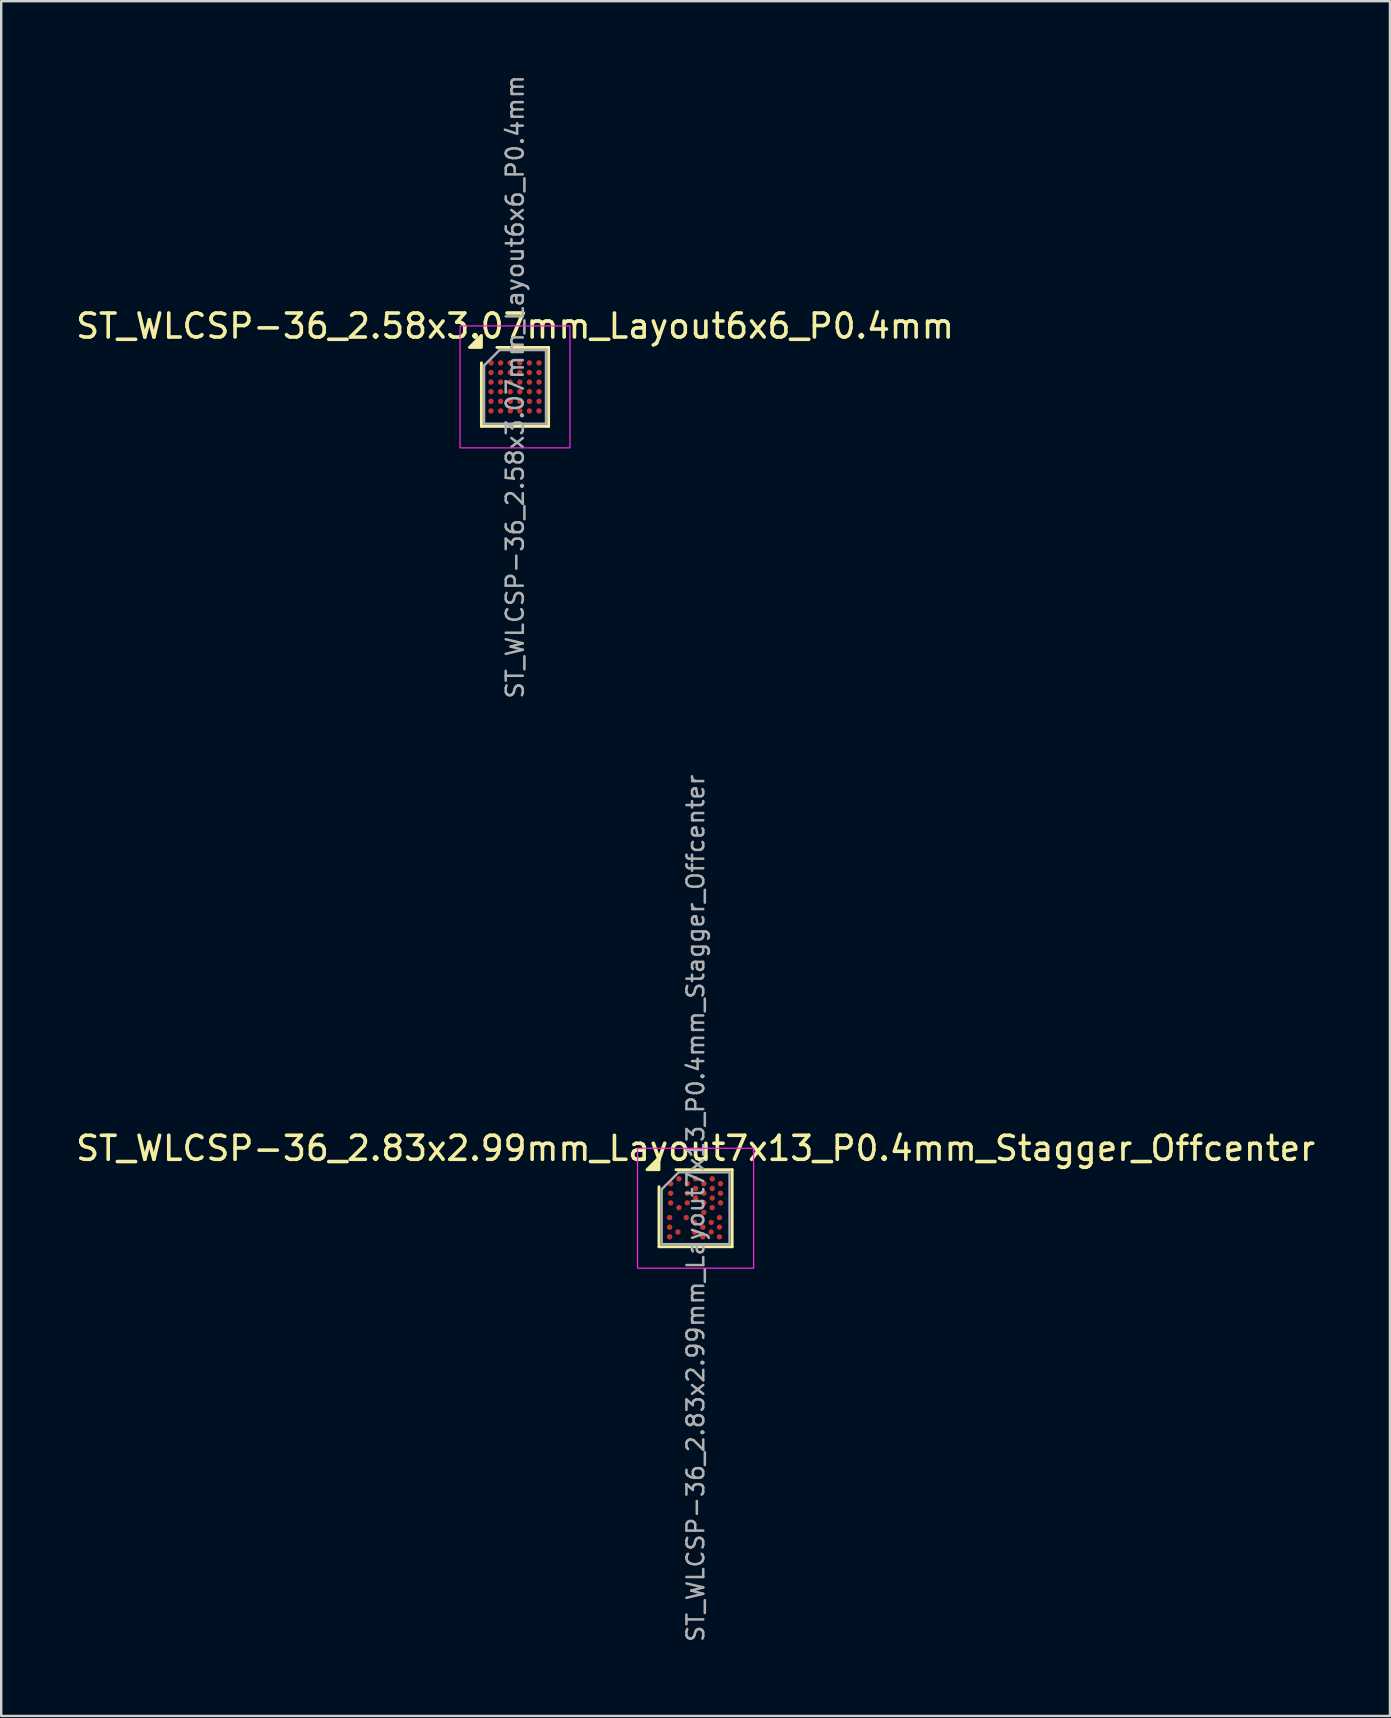
<source format=kicad_pcb>
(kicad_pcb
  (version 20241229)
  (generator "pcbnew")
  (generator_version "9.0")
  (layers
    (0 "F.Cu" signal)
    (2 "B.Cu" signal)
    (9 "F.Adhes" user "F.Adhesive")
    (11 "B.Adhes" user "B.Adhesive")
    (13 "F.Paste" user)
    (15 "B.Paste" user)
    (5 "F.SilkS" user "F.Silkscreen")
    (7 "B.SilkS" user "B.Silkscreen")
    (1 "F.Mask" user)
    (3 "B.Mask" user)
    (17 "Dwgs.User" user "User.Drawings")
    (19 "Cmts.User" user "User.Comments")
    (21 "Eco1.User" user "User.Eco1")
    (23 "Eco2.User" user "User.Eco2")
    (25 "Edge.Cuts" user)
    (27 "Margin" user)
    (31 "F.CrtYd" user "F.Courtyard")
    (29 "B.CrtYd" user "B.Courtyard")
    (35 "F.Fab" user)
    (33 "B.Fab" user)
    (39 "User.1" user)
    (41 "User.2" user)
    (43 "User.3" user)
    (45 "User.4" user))
  (footprint "ST_WLCSP-36_2.83x2.99mm_Layout7x13_P0.4mm_Stagger_Offcenter"
    (layer "F.Cu")
    (at 25.935 47.297)
    (property "Reference" "ST_WLCSP-36_2.83x2.99mm_Layout7x13_P0.4mm_Stagger_Offcenter" (at 0 -2.495 0) (layer "F.SilkS") (effects (font (size 1 1) (thickness 0.15))))
    (attr smd)
    (fp_line (start -1.525 1.605) (end -1.525 -0.897) (stroke (width 0.12) (type solid)) (layer "F.SilkS"))
    (fp_line (start -0.818 -1.605) (end 1.525 -1.605) (stroke (width 0.12) (type solid)) (layer "F.SilkS"))
    (fp_line (start 1.525 -1.605) (end 1.525 1.605) (stroke (width 0.12) (type solid)) (layer "F.SilkS"))
    (fp_line (start 1.525 1.605) (end -1.525 1.605) (stroke (width 0.12) (type solid)) (layer "F.SilkS"))
    (fp_poly (pts (xy -1.525 -1.605) (xy -2.025 -1.605) (xy -1.525 -2.105)) (stroke (width 0.12) (type solid)) (fill yes) (layer "F.SilkS"))
    (fp_rect (start -2.42 -2.5) (end 2.42 2.5) (stroke (width 0.05) (type solid)) (fill no) (layer "F.CrtYd"))
    (fp_line (start -1.415 -0.787) (end -0.708 -1.495) (stroke (width 0.1) (type solid)) (layer "F.Fab"))
    (fp_line (start -1.415 1.495) (end -1.415 -0.787) (stroke (width 0.1) (type solid)) (layer "F.Fab"))
    (fp_line (start -0.708 -1.495) (end 1.415 -1.495) (stroke (width 0.1) (type solid)) (layer "F.Fab"))
    (fp_line (start 1.415 -1.495) (end 1.415 1.495) (stroke (width 0.1) (type solid)) (layer "F.Fab"))
    (fp_line (start 1.415 1.495) (end -1.415 1.495) (stroke (width 0.1) (type solid)) (layer "F.Fab"))
    (fp_text user "${REFERENCE}" (at 0 0 270) (layer "F.Fab") (effects (font (size 0.7 0.7) (thickness 0.105))))
    (pad "A2" smd circle (at -0.693 -1.225) (size 0.225 0.225) (property pad_prop_bga) (layers "F.Cu" "F.Mask" "F.Paste"))
    (pad "A4" smd circle (at 0 -1.225) (size 0.225 0.225) (property pad_prop_bga) (layers "F.Cu" "F.Mask" "F.Paste"))
    (pad "A6" smd circle (at 0.693 -1.225) (size 0.225 0.225) (property pad_prop_bga) (layers "F.Cu" "F.Mask" "F.Paste"))
    (pad "B1" smd circle (at -1.039 -1.025) (size 0.225 0.225) (property pad_prop_bga) (layers "F.Cu" "F.Mask" "F.Paste"))
    (pad "B3" smd circle (at -0.346 -1.025) (size 0.225 0.225) (property pad_prop_bga) (layers "F.Cu" "F.Mask" "F.Paste"))
    (pad "B5" smd circle (at 0.346 -1.025) (size 0.225 0.225) (property pad_prop_bga) (layers "F.Cu" "F.Mask" "F.Paste"))
    (pad "B7" smd circle (at 1.039 -1.025) (size 0.225 0.225) (property pad_prop_bga) (layers "F.Cu" "F.Mask" "F.Paste"))
    (pad "C4" smd circle (at 0 -0.825) (size 0.225 0.225) (property pad_prop_bga) (layers "F.Cu" "F.Mask" "F.Paste"))
    (pad "C6" smd circle (at 0.693 -0.825) (size 0.225 0.225) (property pad_prop_bga) (layers "F.Cu" "F.Mask" "F.Paste"))
    (pad "D1" smd circle (at -1.039 -0.625) (size 0.225 0.225) (property pad_prop_bga) (layers "F.Cu" "F.Mask" "F.Paste"))
    (pad "D3" smd circle (at -0.346 -0.625) (size 0.225 0.225) (property pad_prop_bga) (layers "F.Cu" "F.Mask" "F.Paste"))
    (pad "D5" smd circle (at 0.346 -0.625) (size 0.225 0.225) (property pad_prop_bga) (layers "F.Cu" "F.Mask" "F.Paste"))
    (pad "D7" smd circle (at 1.039 -0.625) (size 0.225 0.225) (property pad_prop_bga) (layers "F.Cu" "F.Mask" "F.Paste"))
    (pad "E4" smd circle (at 0 -0.425) (size 0.225 0.225) (property pad_prop_bga) (layers "F.Cu" "F.Mask" "F.Paste"))
    (pad "E6" smd circle (at 0.693 -0.425) (size 0.225 0.225) (property pad_prop_bga) (layers "F.Cu" "F.Mask" "F.Paste"))
    (pad "F1" smd circle (at -1.039 -0.225) (size 0.225 0.225) (property pad_prop_bga) (layers "F.Cu" "F.Mask" "F.Paste"))
    (pad "F3" smd circle (at -0.346 -0.225) (size 0.225 0.225) (property pad_prop_bga) (layers "F.Cu" "F.Mask" "F.Paste"))
    (pad "F5" smd circle (at 0.346 -0.225) (size 0.225 0.225) (property pad_prop_bga) (layers "F.Cu" "F.Mask" "F.Paste"))
    (pad "F7" smd circle (at 1.039 -0.225) (size 0.225 0.225) (property pad_prop_bga) (layers "F.Cu" "F.Mask" "F.Paste"))
    (pad "G2" smd circle (at -0.693 -0.025) (size 0.225 0.225) (property pad_prop_bga) (layers "F.Cu" "F.Mask" "F.Paste"))
    (pad "G6" smd circle (at 0.693 -0.025) (size 0.225 0.225) (property pad_prop_bga) (layers "F.Cu" "F.Mask" "F.Paste"))
    (pad "H5" smd circle (at 0.346 0.175) (size 0.225 0.225) (property pad_prop_bga) (layers "F.Cu" "F.Mask" "F.Paste"))
    (pad "J1" smd circle (at -1.082 0.39) (size 0.225 0.225) (property pad_prop_bga) (layers "F.Cu" "F.Mask" "F.Paste"))
    (pad "J3" smd circle (at -0.389 0.39) (size 0.225 0.225) (property pad_prop_bga) (layers "F.Cu" "F.Mask" "F.Paste"))
    (pad "J7" smd circle (at 0.996 0.39) (size 0.225 0.225) (property pad_prop_bga) (layers "F.Cu" "F.Mask" "F.Paste"))
    (pad "K4" smd circle (at -0.043 0.59) (size 0.225 0.225) (property pad_prop_bga) (layers "F.Cu" "F.Mask" "F.Paste"))
    (pad "K6" smd circle (at 0.65 0.59) (size 0.225 0.225) (property pad_prop_bga) (layers "F.Cu" "F.Mask" "F.Paste"))
    (pad "L1" smd circle (at -1.082 0.79) (size 0.225 0.225) (property pad_prop_bga) (layers "F.Cu" "F.Mask" "F.Paste"))
    (pad "L5" smd circle (at 0.303 0.79) (size 0.225 0.225) (property pad_prop_bga) (layers "F.Cu" "F.Mask" "F.Paste"))
    (pad "L7" smd circle (at 0.996 0.79) (size 0.225 0.225) (property pad_prop_bga) (layers "F.Cu" "F.Mask" "F.Paste"))
    (pad "M2" smd circle (at -0.736 0.99) (size 0.225 0.225) (property pad_prop_bga) (layers "F.Cu" "F.Mask" "F.Paste"))
    (pad "M4" smd circle (at -0.043 0.99) (size 0.225 0.225) (property pad_prop_bga) (layers "F.Cu" "F.Mask" "F.Paste"))
    (pad "M6" smd circle (at 0.65 0.99) (size 0.225 0.225) (property pad_prop_bga) (layers "F.Cu" "F.Mask" "F.Paste"))
    (pad "N1" smd circle (at -1.082 1.19) (size 0.225 0.225) (property pad_prop_bga) (layers "F.Cu" "F.Mask" "F.Paste"))
    (pad "N5" smd circle (at 0.303 1.19) (size 0.225 0.225) (property pad_prop_bga) (layers "F.Cu" "F.Mask" "F.Paste"))
    (pad "N7" smd circle (at 0.996 1.19) (size 0.225 0.225) (property pad_prop_bga) (layers "F.Cu" "F.Mask" "F.Paste")))
  (footprint "ST_WLCSP-36_2.58x3.07mm_Layout6x6_P0.4mm"
    (layer "F.Cu")
    (at 18.411 13.072)
    (property "Reference" "ST_WLCSP-36_2.58x3.07mm_Layout6x6_P0.4mm" (at 0 -2.535 0) (layer "F.SilkS") (effects (font (size 1 1) (thickness 0.15))))
    (attr smd)
    (fp_line (start -1.4 1.645) (end -1.4 -1) (stroke (width 0.12) (type solid)) (layer "F.SilkS"))
    (fp_line (start -0.755 -1.645) (end 1.4 -1.645) (stroke (width 0.12) (type solid)) (layer "F.SilkS"))
    (fp_line (start 1.4 -1.645) (end 1.4 1.645) (stroke (width 0.12) (type solid)) (layer "F.SilkS"))
    (fp_line (start 1.4 1.645) (end -1.4 1.645) (stroke (width 0.12) (type solid)) (layer "F.SilkS"))
    (fp_poly (pts (xy -1.4 -1.645) (xy -1.9 -1.645) (xy -1.4 -2.145)) (stroke (width 0.12) (type solid)) (fill yes) (layer "F.SilkS"))
    (fp_rect (start -2.29 -2.54) (end 2.29 2.54) (stroke (width 0.05) (type solid)) (fill no) (layer "F.CrtYd"))
    (fp_line (start -1.29 -0.89) (end -0.645 -1.535) (stroke (width 0.1) (type solid)) (layer "F.Fab"))
    (fp_line (start -1.29 1.535) (end -1.29 -0.89) (stroke (width 0.1) (type solid)) (layer "F.Fab"))
    (fp_line (start -0.645 -1.535) (end 1.29 -1.535) (stroke (width 0.1) (type solid)) (layer "F.Fab"))
    (fp_line (start 1.29 -1.535) (end 1.29 1.535) (stroke (width 0.1) (type solid)) (layer "F.Fab"))
    (fp_line (start 1.29 1.535) (end -1.29 1.535) (stroke (width 0.1) (type solid)) (layer "F.Fab"))
    (fp_text user "${REFERENCE}" (at 0 0 270) (layer "F.Fab") (effects (font (size 0.71 0.71) (thickness 0.106))))
    (pad "A1" smd circle (at -1 -1) (size 0.225 0.225) (property pad_prop_bga) (layers "F.Cu" "F.Mask" "F.Paste"))
    (pad "A2" smd circle (at -0.6 -1) (size 0.225 0.225) (property pad_prop_bga) (layers "F.Cu" "F.Mask" "F.Paste"))
    (pad "A3" smd circle (at -0.2 -1) (size 0.225 0.225) (property pad_prop_bga) (layers "F.Cu" "F.Mask" "F.Paste"))
    (pad "A4" smd circle (at 0.2 -1) (size 0.225 0.225) (property pad_prop_bga) (layers "F.Cu" "F.Mask" "F.Paste"))
    (pad "A5" smd circle (at 0.6 -1) (size 0.225 0.225) (property pad_prop_bga) (layers "F.Cu" "F.Mask" "F.Paste"))
    (pad "A6" smd circle (at 1 -1) (size 0.225 0.225) (property pad_prop_bga) (layers "F.Cu" "F.Mask" "F.Paste"))
    (pad "B1" smd circle (at -1 -0.6) (size 0.225 0.225) (property pad_prop_bga) (layers "F.Cu" "F.Mask" "F.Paste"))
    (pad "B2" smd circle (at -0.6 -0.6) (size 0.225 0.225) (property pad_prop_bga) (layers "F.Cu" "F.Mask" "F.Paste"))
    (pad "B3" smd circle (at -0.2 -0.6) (size 0.225 0.225) (property pad_prop_bga) (layers "F.Cu" "F.Mask" "F.Paste"))
    (pad "B4" smd circle (at 0.2 -0.6) (size 0.225 0.225) (property pad_prop_bga) (layers "F.Cu" "F.Mask" "F.Paste"))
    (pad "B5" smd circle (at 0.6 -0.6) (size 0.225 0.225) (property pad_prop_bga) (layers "F.Cu" "F.Mask" "F.Paste"))
    (pad "B6" smd circle (at 1 -0.6) (size 0.225 0.225) (property pad_prop_bga) (layers "F.Cu" "F.Mask" "F.Paste"))
    (pad "C1" smd circle (at -1 -0.2) (size 0.225 0.225) (property pad_prop_bga) (layers "F.Cu" "F.Mask" "F.Paste"))
    (pad "C2" smd circle (at -0.6 -0.2) (size 0.225 0.225) (property pad_prop_bga) (layers "F.Cu" "F.Mask" "F.Paste"))
    (pad "C3" smd circle (at -0.2 -0.2) (size 0.225 0.225) (property pad_prop_bga) (layers "F.Cu" "F.Mask" "F.Paste"))
    (pad "C4" smd circle (at 0.2 -0.2) (size 0.225 0.225) (property pad_prop_bga) (layers "F.Cu" "F.Mask" "F.Paste"))
    (pad "C5" smd circle (at 0.6 -0.2) (size 0.225 0.225) (property pad_prop_bga) (layers "F.Cu" "F.Mask" "F.Paste"))
    (pad "C6" smd circle (at 1 -0.2) (size 0.225 0.225) (property pad_prop_bga) (layers "F.Cu" "F.Mask" "F.Paste"))
    (pad "D1" smd circle (at -1 0.2) (size 0.225 0.225) (property pad_prop_bga) (layers "F.Cu" "F.Mask" "F.Paste"))
    (pad "D2" smd circle (at -0.6 0.2) (size 0.225 0.225) (property pad_prop_bga) (layers "F.Cu" "F.Mask" "F.Paste"))
    (pad "D3" smd circle (at -0.2 0.2) (size 0.225 0.225) (property pad_prop_bga) (layers "F.Cu" "F.Mask" "F.Paste"))
    (pad "D4" smd circle (at 0.2 0.2) (size 0.225 0.225) (property pad_prop_bga) (layers "F.Cu" "F.Mask" "F.Paste"))
    (pad "D5" smd circle (at 0.6 0.2) (size 0.225 0.225) (property pad_prop_bga) (layers "F.Cu" "F.Mask" "F.Paste"))
    (pad "D6" smd circle (at 1 0.2) (size 0.225 0.225) (property pad_prop_bga) (layers "F.Cu" "F.Mask" "F.Paste"))
    (pad "E1" smd circle (at -1 0.6) (size 0.225 0.225) (property pad_prop_bga) (layers "F.Cu" "F.Mask" "F.Paste"))
    (pad "E2" smd circle (at -0.6 0.6) (size 0.225 0.225) (property pad_prop_bga) (layers "F.Cu" "F.Mask" "F.Paste"))
    (pad "E3" smd circle (at -0.2 0.6) (size 0.225 0.225) (property pad_prop_bga) (layers "F.Cu" "F.Mask" "F.Paste"))
    (pad "E4" smd circle (at 0.2 0.6) (size 0.225 0.225) (property pad_prop_bga) (layers "F.Cu" "F.Mask" "F.Paste"))
    (pad "E5" smd circle (at 0.6 0.6) (size 0.225 0.225) (property pad_prop_bga) (layers "F.Cu" "F.Mask" "F.Paste"))
    (pad "E6" smd circle (at 1 0.6) (size 0.225 0.225) (property pad_prop_bga) (layers "F.Cu" "F.Mask" "F.Paste"))
    (pad "F1" smd circle (at -1 1) (size 0.225 0.225) (property pad_prop_bga) (layers "F.Cu" "F.Mask" "F.Paste"))
    (pad "F2" smd circle (at -0.6 1) (size 0.225 0.225) (property pad_prop_bga) (layers "F.Cu" "F.Mask" "F.Paste"))
    (pad "F3" smd circle (at -0.2 1) (size 0.225 0.225) (property pad_prop_bga) (layers "F.Cu" "F.Mask" "F.Paste"))
    (pad "F4" smd circle (at 0.2 1) (size 0.225 0.225) (property pad_prop_bga) (layers "F.Cu" "F.Mask" "F.Paste"))
    (pad "F5" smd circle (at 0.6 1) (size 0.225 0.225) (property pad_prop_bga) (layers "F.Cu" "F.Mask" "F.Paste"))
    (pad "F6" smd circle (at 1 1) (size 0.225 0.225) (property pad_prop_bga) (layers "F.Cu" "F.Mask" "F.Paste")))
  (gr_rect
    (start -3 -3)
    (end 54.869 68.452)
    (stroke (width 0.1) (type default))
    (fill no)
    (layer "Edge.Cuts")))
</source>
